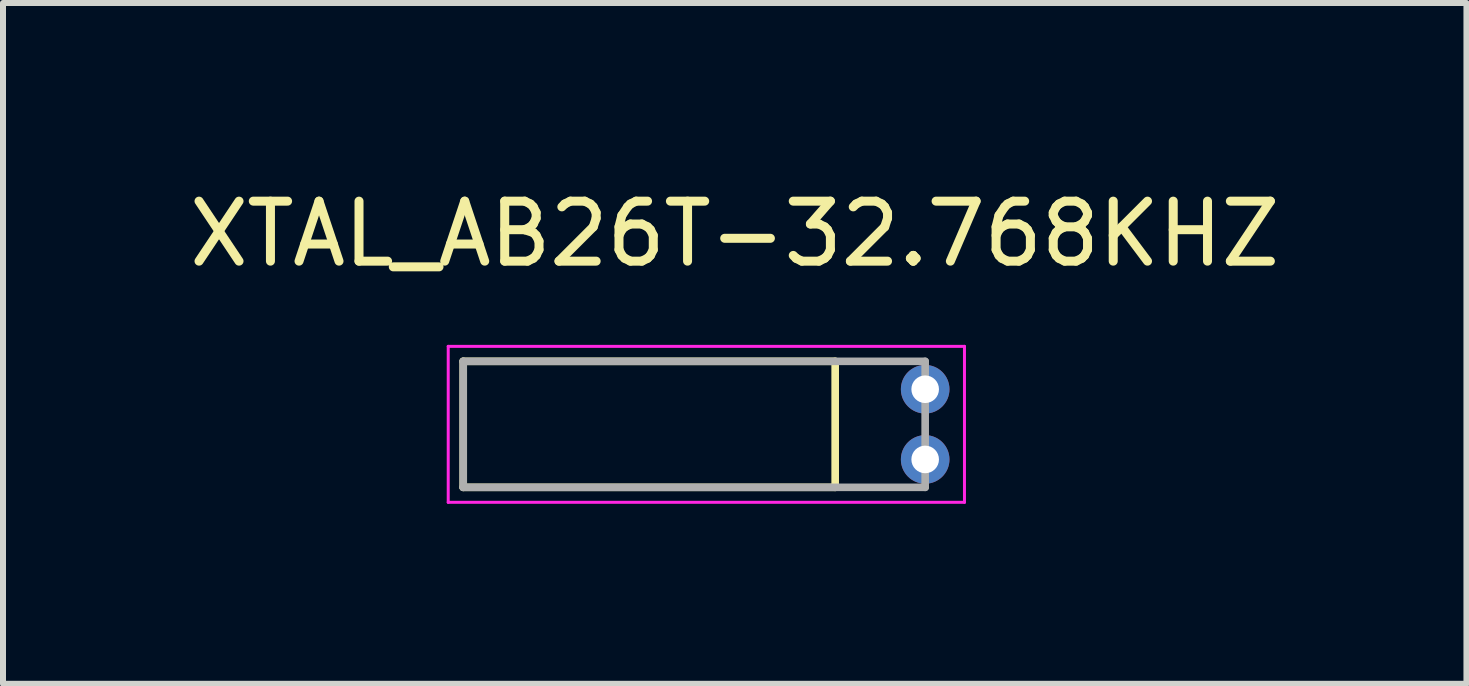
<source format=kicad_pcb>
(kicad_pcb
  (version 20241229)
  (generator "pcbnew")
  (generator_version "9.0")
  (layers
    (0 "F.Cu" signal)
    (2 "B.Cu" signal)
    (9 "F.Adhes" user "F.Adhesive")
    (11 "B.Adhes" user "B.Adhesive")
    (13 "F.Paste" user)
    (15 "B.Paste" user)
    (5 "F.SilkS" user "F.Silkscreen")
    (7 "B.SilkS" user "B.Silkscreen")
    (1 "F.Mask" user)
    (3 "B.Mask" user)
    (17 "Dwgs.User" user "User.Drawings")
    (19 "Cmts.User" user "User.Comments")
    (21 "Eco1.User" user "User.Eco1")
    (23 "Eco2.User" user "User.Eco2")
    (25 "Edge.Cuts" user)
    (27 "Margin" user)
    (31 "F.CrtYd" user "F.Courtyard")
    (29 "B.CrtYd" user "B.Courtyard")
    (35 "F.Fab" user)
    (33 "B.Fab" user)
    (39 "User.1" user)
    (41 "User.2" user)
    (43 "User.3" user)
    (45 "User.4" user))
  (footprint "XTAL_AB26T-32.768KHZ"
    (layer "F.Cu")
    (at 12.371 4.023)
    (property "Reference" "XTAL_AB26T-32.768KHZ" (at -3.175 -3.175 0) (layer "F.SilkS") (effects (font (size 1 1) (thickness 0.15))))
    (attr through_hole)
    (fp_line (start -7.7 -1.05) (end -1.5 -1.05) (stroke (width 0.127) (type solid)) (layer "F.SilkS"))
    (fp_line (start -7.7 1.05) (end -7.7 -1.05) (stroke (width 0.127) (type solid)) (layer "F.SilkS"))
    (fp_line (start -1.5 -1.05) (end -1.5 1.05) (stroke (width 0.127) (type solid)) (layer "F.SilkS"))
    (fp_line (start -1.5 1.05) (end -7.7 1.05) (stroke (width 0.127) (type solid)) (layer "F.SilkS"))
    (fp_line (start -7.95 -1.3) (end 0.655 -1.3) (stroke (width 0.05) (type solid)) (layer "F.CrtYd"))
    (fp_line (start -7.95 1.3) (end -7.95 -1.3) (stroke (width 0.05) (type solid)) (layer "F.CrtYd"))
    (fp_line (start 0.655 -1.3) (end 0.655 1.3) (stroke (width 0.05) (type solid)) (layer "F.CrtYd"))
    (fp_line (start 0.655 1.3) (end -7.95 1.3) (stroke (width 0.05) (type solid)) (layer "F.CrtYd"))
    (fp_line (start -7.7 -1.05) (end 0 -1.05) (stroke (width 0.127) (type solid)) (layer "F.Fab"))
    (fp_line (start -7.7 1.05) (end -7.7 -1.05) (stroke (width 0.127) (type solid)) (layer "F.Fab"))
    (fp_line (start 0 -1.05) (end 0 1.05) (stroke (width 0.127) (type solid)) (layer "F.Fab"))
    (fp_line (start 0 1.05) (end -7.7 1.05) (stroke (width 0.127) (type solid)) (layer "F.Fab"))
    (pad "1" thru_hole circle (at 0 -0.585) (size 0.81 0.81) (drill 0.46) (layers "*.Cu" "*.Mask"))
    (pad "2" thru_hole circle (at 0 0.585) (size 0.81 0.81) (drill 0.46) (layers "*.Cu" "*.Mask")))
  (gr_rect
    (start -3 -3)
    (end 21.393 8.348)
    (stroke (width 0.1) (type default))
    (fill no)
    (layer "Edge.Cuts")))
</source>
